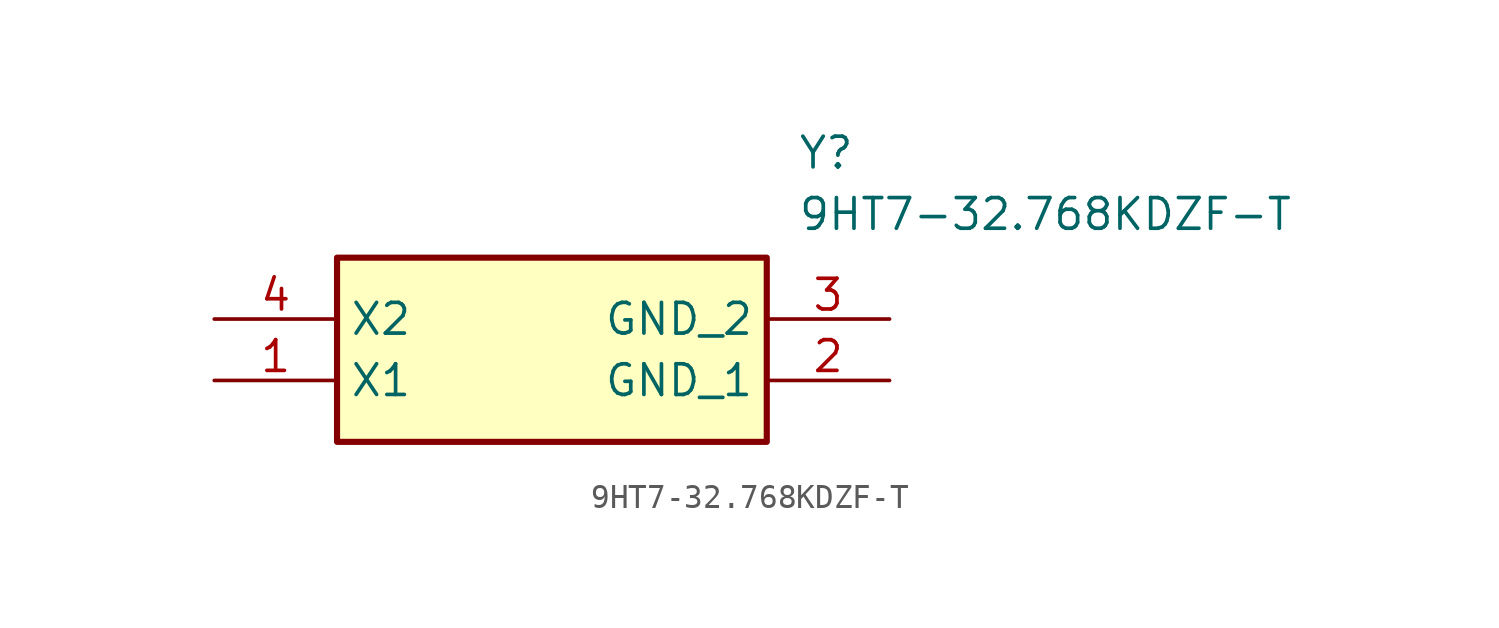
<source format=kicad_sym>
(kicad_symbol_lib
  (version 20211014)
  (generator SamacSys_ECAD_Model)
  (symbol "9HT7-32.768KDZF-T"
    (property "Reference" "Y"
      (at 24.13 7.62 0)
      (effects (font (size 1.27 1.27)) (justify left top)))
    (property "Value" "9HT7-32.768KDZF-T"
      (at 24.13 5.08 0)
      (effects (font (size 1.27 1.27)) (justify left top)))
    (rectangle
      (start 5.08 2.54)
      (end 22.86 -5.08)
      (stroke (width 0.254) (type default))
      (fill (type background)))
    (pin passive line
      (at 0 -2.54 0)
      (length 5.08)
      (name "X1" (effects (font (size 1.27 1.27))))
      (number "1" (effects (font (size 1.27 1.27)))))
    (pin passive line
      (at 27.94 -2.54 180)
      (length 5.08)
      (name "GND_1" (effects (font (size 1.27 1.27))))
      (number "2" (effects (font (size 1.27 1.27)))))
    (pin passive line
      (at 27.94 0 180)
      (length 5.08)
      (name "GND_2" (effects (font (size 1.27 1.27))))
      (number "3" (effects (font (size 1.27 1.27)))))
    (pin passive line
      (at 0 0 0)
      (length 5.08)
      (name "X2" (effects (font (size 1.27 1.27))))
      (number "4" (effects (font (size 1.27 1.27)))))))
</source>
